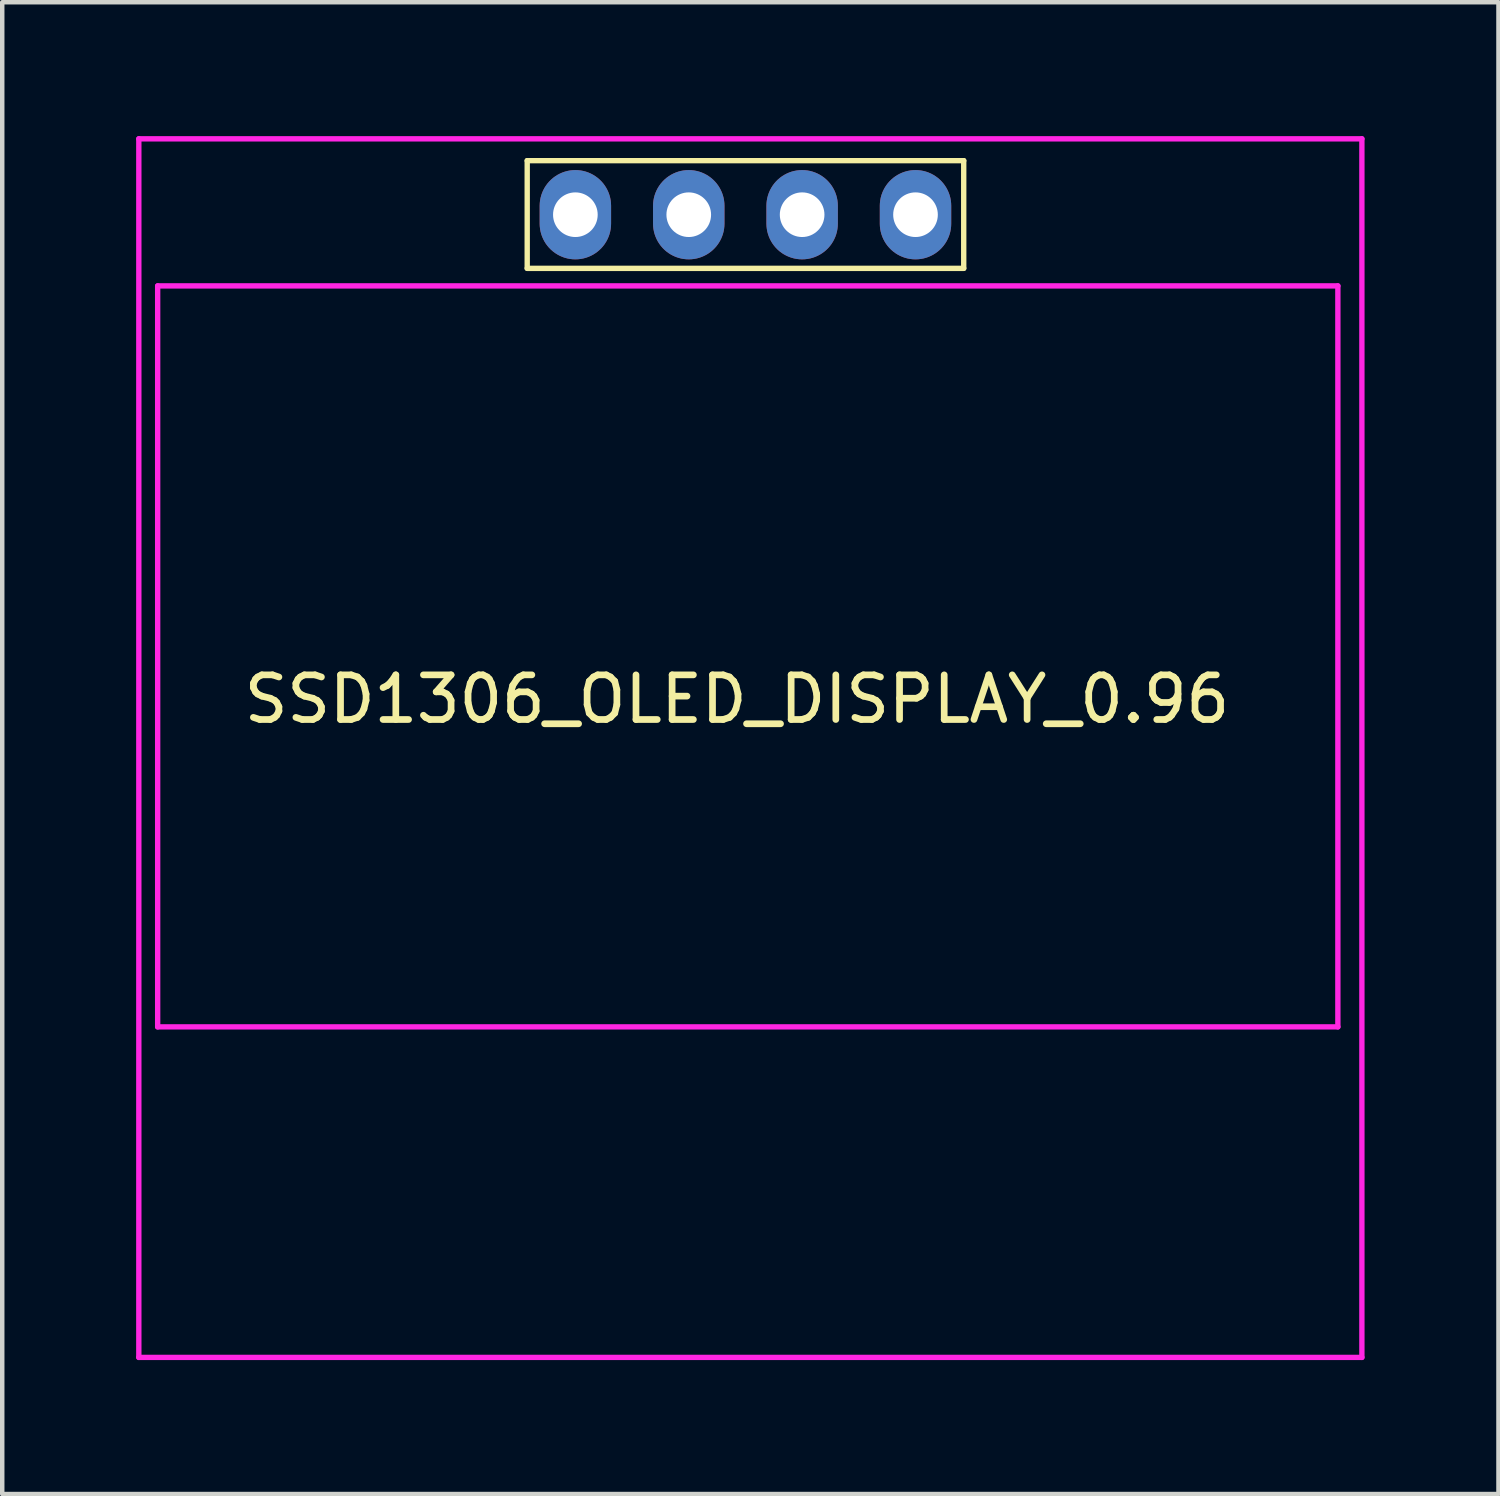
<source format=kicad_pcb>
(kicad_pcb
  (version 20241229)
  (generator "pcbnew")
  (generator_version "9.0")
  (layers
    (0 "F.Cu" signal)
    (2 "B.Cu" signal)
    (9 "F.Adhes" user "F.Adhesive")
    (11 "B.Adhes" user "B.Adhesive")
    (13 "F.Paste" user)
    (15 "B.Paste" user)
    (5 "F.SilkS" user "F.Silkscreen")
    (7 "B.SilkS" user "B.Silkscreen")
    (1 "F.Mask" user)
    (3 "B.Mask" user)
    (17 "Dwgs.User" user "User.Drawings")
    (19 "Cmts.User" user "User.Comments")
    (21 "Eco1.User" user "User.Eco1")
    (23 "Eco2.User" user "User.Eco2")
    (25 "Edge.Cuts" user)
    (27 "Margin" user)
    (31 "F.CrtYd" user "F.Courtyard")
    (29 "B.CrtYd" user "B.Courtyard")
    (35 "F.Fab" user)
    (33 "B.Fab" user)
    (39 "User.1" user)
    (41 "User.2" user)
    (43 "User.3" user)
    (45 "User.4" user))
  (footprint "SSD1306_OLED_DISPLAY_0.96"
    (layer "F.Cu")
    (at 13.46 12.36)
    (property "Reference" "SSD1306_OLED_DISPLAY_0.96" (at 0 0.254 0) (layer "F.SilkS") (effects (font (size 1 1) (thickness 0.15))))
    (attr through_hole)
    (fp_line (start -4.699 -11.811) (end -4.699 -9.398) (stroke (width 0.12) (type solid)) (layer "F.SilkS"))
    (fp_line (start -4.699 -11.811) (end 5.08 -11.811) (stroke (width 0.12) (type solid)) (layer "F.SilkS"))
    (fp_line (start 5.08 -11.811) (end 5.08 -9.398) (stroke (width 0.12) (type solid)) (layer "F.SilkS"))
    (fp_line (start 5.08 -9.398) (end -4.699 -9.398) (stroke (width 0.12) (type solid)) (layer "F.SilkS"))
    (fp_line (start -13.4 -12.3) (end 14 -12.3) (stroke (width 0.12) (type solid)) (layer "F.CrtYd"))
    (fp_line (start -13.4 15) (end -13.4 -12.3) (stroke (width 0.12) (type solid)) (layer "F.CrtYd"))
    (fp_line (start -12.978 -9.005) (end 13.462 -9.005) (stroke (width 0.12) (type solid)) (layer "F.CrtYd"))
    (fp_line (start -12.978 7.595) (end -12.978 -9.005) (stroke (width 0.12) (type solid)) (layer "F.CrtYd"))
    (fp_line (start 13.462 7.595) (end -12.978 7.595) (stroke (width 0.12) (type solid)) (layer "F.CrtYd"))
    (fp_line (start 13.462 7.595) (end 13.462 -9.005) (stroke (width 0.12) (type solid)) (layer "F.CrtYd"))
    (fp_line (start 14 -12.3) (end 14 15) (stroke (width 0.12) (type solid)) (layer "F.CrtYd"))
    (fp_line (start 14 15) (end -13.4 15) (stroke (width 0.12) (type solid)) (layer "F.CrtYd"))
    (pad "1" thru_hole oval (at -3.62 -10.6 90) (size 2 1.6) (drill 1) (layers "*.Cu" "*.Mask"))
    (pad "2" thru_hole oval (at -1.08 -10.6 90) (size 2 1.6) (drill 1) (layers "*.Cu" "*.Mask"))
    (pad "3" thru_hole oval (at 1.46 -10.6 90) (size 2 1.6) (drill 1) (layers "*.Cu" "*.Mask"))
    (pad "4" thru_hole oval (at 4 -10.6 90) (size 2 1.6) (drill 1) (layers "*.Cu" "*.Mask")))
  (gr_rect
    (start -3 -3)
    (end 30.52 30.42)
    (stroke (width 0.1) (type default))
    (fill no)
    (layer "Edge.Cuts")))
</source>
